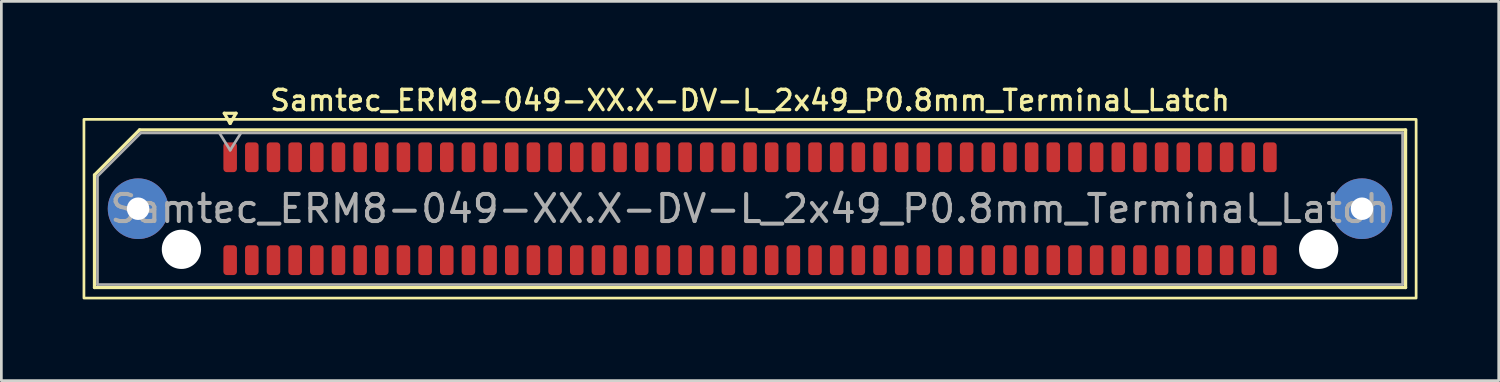
<source format=kicad_pcb>
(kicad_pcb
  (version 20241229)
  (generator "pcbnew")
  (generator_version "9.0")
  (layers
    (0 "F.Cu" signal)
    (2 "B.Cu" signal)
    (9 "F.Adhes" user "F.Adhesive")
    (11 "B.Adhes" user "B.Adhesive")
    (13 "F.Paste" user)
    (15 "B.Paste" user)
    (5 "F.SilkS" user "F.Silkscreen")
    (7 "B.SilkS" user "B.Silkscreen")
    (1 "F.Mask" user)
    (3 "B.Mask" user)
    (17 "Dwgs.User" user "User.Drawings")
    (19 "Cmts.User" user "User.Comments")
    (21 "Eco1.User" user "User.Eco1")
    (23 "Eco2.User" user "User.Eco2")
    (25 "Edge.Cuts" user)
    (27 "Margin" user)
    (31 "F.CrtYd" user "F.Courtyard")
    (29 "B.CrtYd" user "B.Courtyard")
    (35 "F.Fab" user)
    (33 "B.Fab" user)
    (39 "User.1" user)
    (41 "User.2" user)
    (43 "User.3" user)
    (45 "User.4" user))
  (footprint "Samtec_ERM8-049-XX.X-DV-L_2x49_P0.8mm_Terminal_Latch"
    (layer "F.Cu")
    (at 24.65 4.658)
    (property "Reference" "Samtec_ERM8-049-XX.X-DV-L_2x49_P0.8mm_Terminal_Latch" (at 0 -4 0) (layer "F.SilkS") (effects (font (size 0.75 0.75) (thickness 0.125))))
    (attr smd)
    (fp_line (start -24.21 -1.246) (end -22.546 -2.91) (stroke (width 0.12) (type solid)) (layer "F.SilkS"))
    (fp_line (start -24.21 2.91) (end -24.21 -1.246) (stroke (width 0.12) (type solid)) (layer "F.SilkS"))
    (fp_line (start -22.546 -2.91) (end 24.21 -2.91) (stroke (width 0.12) (type solid)) (layer "F.SilkS"))
    (fp_line (start -19.417 -3.525) (end -19.2 -3.15) (stroke (width 0.12) (type solid)) (layer "F.SilkS"))
    (fp_line (start -19.2 -3.15) (end -18.983 -3.525) (stroke (width 0.12) (type solid)) (layer "F.SilkS"))
    (fp_line (start -18.983 -3.525) (end -19.417 -3.525) (stroke (width 0.12) (type solid)) (layer "F.SilkS"))
    (fp_line (start 24.21 -2.91) (end 24.21 2.91) (stroke (width 0.12) (type solid)) (layer "F.SilkS"))
    (fp_line (start 24.21 2.91) (end -24.21 2.91) (stroke (width 0.12) (type solid)) (layer "F.SilkS"))
    (fp_rect (start -24.6 -3.3) (end 24.6 3.3) (stroke (width 0.1) (type solid)) (fill no) (layer "F.SilkS"))
    (fp_line (start -24.1 -1.2) (end -22.5 -2.8) (stroke (width 0.1) (type solid)) (layer "F.Fab"))
    (fp_line (start -24.1 2.8) (end -24.1 -1.2) (stroke (width 0.1) (type solid)) (layer "F.Fab"))
    (fp_line (start -22.5 -2.8) (end 24.1 -2.8) (stroke (width 0.1) (type solid)) (layer "F.Fab"))
    (fp_line (start -19.6 -2.8) (end -19.2 -2.16) (stroke (width 0.1) (type solid)) (layer "F.Fab"))
    (fp_line (start -19.2 -2.16) (end -18.8 -2.8) (stroke (width 0.1) (type solid)) (layer "F.Fab"))
    (fp_line (start 24.1 -2.8) (end 24.1 2.8) (stroke (width 0.1) (type solid)) (layer "F.Fab"))
    (fp_line (start 24.1 2.8) (end -24.1 2.8) (stroke (width 0.1) (type solid)) (layer "F.Fab"))
    (fp_text user "${REFERENCE}" (at 0 0 0) (layer "F.Fab") (effects (font (size 1 1) (thickness 0.15))))
    (pad "" thru_hole circle (at -22.6 0) (size 2.24 2.24) (drill 0.83) (layers "*.Cu" "*.Mask" "F.Paste"))
    (pad "" np_thru_hole circle (at -21 1.5) (size 1.45 1.45) (drill 1.45) (layers "*.Cu" "*.Mask"))
    (pad "" np_thru_hole circle (at 21 1.5) (size 1.45 1.45) (drill 1.45) (layers "*.Cu" "*.Mask"))
    (pad "" thru_hole circle (at 22.6 0) (size 2.24 2.24) (drill 0.83) (layers "*.Cu" "*.Mask" "F.Paste"))
    (pad "1" smd roundrect (at -19.2 -1.9) (size 0.5 1.1) (layers "F.Cu" "F.Mask" "F.Paste") (roundrect_rratio 0.25))
    (pad "2" smd roundrect (at -19.2 1.9) (size 0.5 1.1) (layers "F.Cu" "F.Mask" "F.Paste") (roundrect_rratio 0.25))
    (pad "3" smd roundrect (at -18.4 -1.9) (size 0.5 1.1) (layers "F.Cu" "F.Mask" "F.Paste") (roundrect_rratio 0.25))
    (pad "4" smd roundrect (at -18.4 1.9) (size 0.5 1.1) (layers "F.Cu" "F.Mask" "F.Paste") (roundrect_rratio 0.25))
    (pad "5" smd roundrect (at -17.6 -1.9) (size 0.5 1.1) (layers "F.Cu" "F.Mask" "F.Paste") (roundrect_rratio 0.25))
    (pad "6" smd roundrect (at -17.6 1.9) (size 0.5 1.1) (layers "F.Cu" "F.Mask" "F.Paste") (roundrect_rratio 0.25))
    (pad "7" smd roundrect (at -16.8 -1.9) (size 0.5 1.1) (layers "F.Cu" "F.Mask" "F.Paste") (roundrect_rratio 0.25))
    (pad "8" smd roundrect (at -16.8 1.9) (size 0.5 1.1) (layers "F.Cu" "F.Mask" "F.Paste") (roundrect_rratio 0.25))
    (pad "9" smd roundrect (at -16 -1.9) (size 0.5 1.1) (layers "F.Cu" "F.Mask" "F.Paste") (roundrect_rratio 0.25))
    (pad "10" smd roundrect (at -16 1.9) (size 0.5 1.1) (layers "F.Cu" "F.Mask" "F.Paste") (roundrect_rratio 0.25))
    (pad "11" smd roundrect (at -15.2 -1.9) (size 0.5 1.1) (layers "F.Cu" "F.Mask" "F.Paste") (roundrect_rratio 0.25))
    (pad "12" smd roundrect (at -15.2 1.9) (size 0.5 1.1) (layers "F.Cu" "F.Mask" "F.Paste") (roundrect_rratio 0.25))
    (pad "13" smd roundrect (at -14.4 -1.9) (size 0.5 1.1) (layers "F.Cu" "F.Mask" "F.Paste") (roundrect_rratio 0.25))
    (pad "14" smd roundrect (at -14.4 1.9) (size 0.5 1.1) (layers "F.Cu" "F.Mask" "F.Paste") (roundrect_rratio 0.25))
    (pad "15" smd roundrect (at -13.6 -1.9) (size 0.5 1.1) (layers "F.Cu" "F.Mask" "F.Paste") (roundrect_rratio 0.25))
    (pad "16" smd roundrect (at -13.6 1.9) (size 0.5 1.1) (layers "F.Cu" "F.Mask" "F.Paste") (roundrect_rratio 0.25))
    (pad "17" smd roundrect (at -12.8 -1.9) (size 0.5 1.1) (layers "F.Cu" "F.Mask" "F.Paste") (roundrect_rratio 0.25))
    (pad "18" smd roundrect (at -12.8 1.9) (size 0.5 1.1) (layers "F.Cu" "F.Mask" "F.Paste") (roundrect_rratio 0.25))
    (pad "19" smd roundrect (at -12 -1.9) (size 0.5 1.1) (layers "F.Cu" "F.Mask" "F.Paste") (roundrect_rratio 0.25))
    (pad "20" smd roundrect (at -12 1.9) (size 0.5 1.1) (layers "F.Cu" "F.Mask" "F.Paste") (roundrect_rratio 0.25))
    (pad "21" smd roundrect (at -11.2 -1.9) (size 0.5 1.1) (layers "F.Cu" "F.Mask" "F.Paste") (roundrect_rratio 0.25))
    (pad "22" smd roundrect (at -11.2 1.9) (size 0.5 1.1) (layers "F.Cu" "F.Mask" "F.Paste") (roundrect_rratio 0.25))
    (pad "23" smd roundrect (at -10.4 -1.9) (size 0.5 1.1) (layers "F.Cu" "F.Mask" "F.Paste") (roundrect_rratio 0.25))
    (pad "24" smd roundrect (at -10.4 1.9) (size 0.5 1.1) (layers "F.Cu" "F.Mask" "F.Paste") (roundrect_rratio 0.25))
    (pad "25" smd roundrect (at -9.6 -1.9) (size 0.5 1.1) (layers "F.Cu" "F.Mask" "F.Paste") (roundrect_rratio 0.25))
    (pad "26" smd roundrect (at -9.6 1.9) (size 0.5 1.1) (layers "F.Cu" "F.Mask" "F.Paste") (roundrect_rratio 0.25))
    (pad "27" smd roundrect (at -8.8 -1.9) (size 0.5 1.1) (layers "F.Cu" "F.Mask" "F.Paste") (roundrect_rratio 0.25))
    (pad "28" smd roundrect (at -8.8 1.9) (size 0.5 1.1) (layers "F.Cu" "F.Mask" "F.Paste") (roundrect_rratio 0.25))
    (pad "29" smd roundrect (at -8 -1.9) (size 0.5 1.1) (layers "F.Cu" "F.Mask" "F.Paste") (roundrect_rratio 0.25))
    (pad "30" smd roundrect (at -8 1.9) (size 0.5 1.1) (layers "F.Cu" "F.Mask" "F.Paste") (roundrect_rratio 0.25))
    (pad "31" smd roundrect (at -7.2 -1.9) (size 0.5 1.1) (layers "F.Cu" "F.Mask" "F.Paste") (roundrect_rratio 0.25))
    (pad "32" smd roundrect (at -7.2 1.9) (size 0.5 1.1) (layers "F.Cu" "F.Mask" "F.Paste") (roundrect_rratio 0.25))
    (pad "33" smd roundrect (at -6.4 -1.9) (size 0.5 1.1) (layers "F.Cu" "F.Mask" "F.Paste") (roundrect_rratio 0.25))
    (pad "34" smd roundrect (at -6.4 1.9) (size 0.5 1.1) (layers "F.Cu" "F.Mask" "F.Paste") (roundrect_rratio 0.25))
    (pad "35" smd roundrect (at -5.6 -1.9) (size 0.5 1.1) (layers "F.Cu" "F.Mask" "F.Paste") (roundrect_rratio 0.25))
    (pad "36" smd roundrect (at -5.6 1.9) (size 0.5 1.1) (layers "F.Cu" "F.Mask" "F.Paste") (roundrect_rratio 0.25))
    (pad "37" smd roundrect (at -4.8 -1.9) (size 0.5 1.1) (layers "F.Cu" "F.Mask" "F.Paste") (roundrect_rratio 0.25))
    (pad "38" smd roundrect (at -4.8 1.9) (size 0.5 1.1) (layers "F.Cu" "F.Mask" "F.Paste") (roundrect_rratio 0.25))
    (pad "39" smd roundrect (at -4 -1.9) (size 0.5 1.1) (layers "F.Cu" "F.Mask" "F.Paste") (roundrect_rratio 0.25))
    (pad "40" smd roundrect (at -4 1.9) (size 0.5 1.1) (layers "F.Cu" "F.Mask" "F.Paste") (roundrect_rratio 0.25))
    (pad "41" smd roundrect (at -3.2 -1.9) (size 0.5 1.1) (layers "F.Cu" "F.Mask" "F.Paste") (roundrect_rratio 0.25))
    (pad "42" smd roundrect (at -3.2 1.9) (size 0.5 1.1) (layers "F.Cu" "F.Mask" "F.Paste") (roundrect_rratio 0.25))
    (pad "43" smd roundrect (at -2.4 -1.9) (size 0.5 1.1) (layers "F.Cu" "F.Mask" "F.Paste") (roundrect_rratio 0.25))
    (pad "44" smd roundrect (at -2.4 1.9) (size 0.5 1.1) (layers "F.Cu" "F.Mask" "F.Paste") (roundrect_rratio 0.25))
    (pad "45" smd roundrect (at -1.6 -1.9) (size 0.5 1.1) (layers "F.Cu" "F.Mask" "F.Paste") (roundrect_rratio 0.25))
    (pad "46" smd roundrect (at -1.6 1.9) (size 0.5 1.1) (layers "F.Cu" "F.Mask" "F.Paste") (roundrect_rratio 0.25))
    (pad "47" smd roundrect (at -0.8 -1.9) (size 0.5 1.1) (layers "F.Cu" "F.Mask" "F.Paste") (roundrect_rratio 0.25))
    (pad "48" smd roundrect (at -0.8 1.9) (size 0.5 1.1) (layers "F.Cu" "F.Mask" "F.Paste") (roundrect_rratio 0.25))
    (pad "49" smd roundrect (at 0 -1.9) (size 0.5 1.1) (layers "F.Cu" "F.Mask" "F.Paste") (roundrect_rratio 0.25))
    (pad "50" smd roundrect (at 0 1.9) (size 0.5 1.1) (layers "F.Cu" "F.Mask" "F.Paste") (roundrect_rratio 0.25))
    (pad "51" smd roundrect (at 0.8 -1.9) (size 0.5 1.1) (layers "F.Cu" "F.Mask" "F.Paste") (roundrect_rratio 0.25))
    (pad "52" smd roundrect (at 0.8 1.9) (size 0.5 1.1) (layers "F.Cu" "F.Mask" "F.Paste") (roundrect_rratio 0.25))
    (pad "53" smd roundrect (at 1.6 -1.9) (size 0.5 1.1) (layers "F.Cu" "F.Mask" "F.Paste") (roundrect_rratio 0.25))
    (pad "54" smd roundrect (at 1.6 1.9) (size 0.5 1.1) (layers "F.Cu" "F.Mask" "F.Paste") (roundrect_rratio 0.25))
    (pad "55" smd roundrect (at 2.4 -1.9) (size 0.5 1.1) (layers "F.Cu" "F.Mask" "F.Paste") (roundrect_rratio 0.25))
    (pad "56" smd roundrect (at 2.4 1.9) (size 0.5 1.1) (layers "F.Cu" "F.Mask" "F.Paste") (roundrect_rratio 0.25))
    (pad "57" smd roundrect (at 3.2 -1.9) (size 0.5 1.1) (layers "F.Cu" "F.Mask" "F.Paste") (roundrect_rratio 0.25))
    (pad "58" smd roundrect (at 3.2 1.9) (size 0.5 1.1) (layers "F.Cu" "F.Mask" "F.Paste") (roundrect_rratio 0.25))
    (pad "59" smd roundrect (at 4 -1.9) (size 0.5 1.1) (layers "F.Cu" "F.Mask" "F.Paste") (roundrect_rratio 0.25))
    (pad "60" smd roundrect (at 4 1.9) (size 0.5 1.1) (layers "F.Cu" "F.Mask" "F.Paste") (roundrect_rratio 0.25))
    (pad "61" smd roundrect (at 4.8 -1.9) (size 0.5 1.1) (layers "F.Cu" "F.Mask" "F.Paste") (roundrect_rratio 0.25))
    (pad "62" smd roundrect (at 4.8 1.9) (size 0.5 1.1) (layers "F.Cu" "F.Mask" "F.Paste") (roundrect_rratio 0.25))
    (pad "63" smd roundrect (at 5.6 -1.9) (size 0.5 1.1) (layers "F.Cu" "F.Mask" "F.Paste") (roundrect_rratio 0.25))
    (pad "64" smd roundrect (at 5.6 1.9) (size 0.5 1.1) (layers "F.Cu" "F.Mask" "F.Paste") (roundrect_rratio 0.25))
    (pad "65" smd roundrect (at 6.4 -1.9) (size 0.5 1.1) (layers "F.Cu" "F.Mask" "F.Paste") (roundrect_rratio 0.25))
    (pad "66" smd roundrect (at 6.4 1.9) (size 0.5 1.1) (layers "F.Cu" "F.Mask" "F.Paste") (roundrect_rratio 0.25))
    (pad "67" smd roundrect (at 7.2 -1.9) (size 0.5 1.1) (layers "F.Cu" "F.Mask" "F.Paste") (roundrect_rratio 0.25))
    (pad "68" smd roundrect (at 7.2 1.9) (size 0.5 1.1) (layers "F.Cu" "F.Mask" "F.Paste") (roundrect_rratio 0.25))
    (pad "69" smd roundrect (at 8 -1.9) (size 0.5 1.1) (layers "F.Cu" "F.Mask" "F.Paste") (roundrect_rratio 0.25))
    (pad "70" smd roundrect (at 8 1.9) (size 0.5 1.1) (layers "F.Cu" "F.Mask" "F.Paste") (roundrect_rratio 0.25))
    (pad "71" smd roundrect (at 8.8 -1.9) (size 0.5 1.1) (layers "F.Cu" "F.Mask" "F.Paste") (roundrect_rratio 0.25))
    (pad "72" smd roundrect (at 8.8 1.9) (size 0.5 1.1) (layers "F.Cu" "F.Mask" "F.Paste") (roundrect_rratio 0.25))
    (pad "73" smd roundrect (at 9.6 -1.9) (size 0.5 1.1) (layers "F.Cu" "F.Mask" "F.Paste") (roundrect_rratio 0.25))
    (pad "74" smd roundrect (at 9.6 1.9) (size 0.5 1.1) (layers "F.Cu" "F.Mask" "F.Paste") (roundrect_rratio 0.25))
    (pad "75" smd roundrect (at 10.4 -1.9) (size 0.5 1.1) (layers "F.Cu" "F.Mask" "F.Paste") (roundrect_rratio 0.25))
    (pad "76" smd roundrect (at 10.4 1.9) (size 0.5 1.1) (layers "F.Cu" "F.Mask" "F.Paste") (roundrect_rratio 0.25))
    (pad "77" smd roundrect (at 11.2 -1.9) (size 0.5 1.1) (layers "F.Cu" "F.Mask" "F.Paste") (roundrect_rratio 0.25))
    (pad "78" smd roundrect (at 11.2 1.9) (size 0.5 1.1) (layers "F.Cu" "F.Mask" "F.Paste") (roundrect_rratio 0.25))
    (pad "79" smd roundrect (at 12 -1.9) (size 0.5 1.1) (layers "F.Cu" "F.Mask" "F.Paste") (roundrect_rratio 0.25))
    (pad "80" smd roundrect (at 12 1.9) (size 0.5 1.1) (layers "F.Cu" "F.Mask" "F.Paste") (roundrect_rratio 0.25))
    (pad "81" smd roundrect (at 12.8 -1.9) (size 0.5 1.1) (layers "F.Cu" "F.Mask" "F.Paste") (roundrect_rratio 0.25))
    (pad "82" smd roundrect (at 12.8 1.9) (size 0.5 1.1) (layers "F.Cu" "F.Mask" "F.Paste") (roundrect_rratio 0.25))
    (pad "83" smd roundrect (at 13.6 -1.9) (size 0.5 1.1) (layers "F.Cu" "F.Mask" "F.Paste") (roundrect_rratio 0.25))
    (pad "84" smd roundrect (at 13.6 1.9) (size 0.5 1.1) (layers "F.Cu" "F.Mask" "F.Paste") (roundrect_rratio 0.25))
    (pad "85" smd roundrect (at 14.4 -1.9) (size 0.5 1.1) (layers "F.Cu" "F.Mask" "F.Paste") (roundrect_rratio 0.25))
    (pad "86" smd roundrect (at 14.4 1.9) (size 0.5 1.1) (layers "F.Cu" "F.Mask" "F.Paste") (roundrect_rratio 0.25))
    (pad "87" smd roundrect (at 15.2 -1.9) (size 0.5 1.1) (layers "F.Cu" "F.Mask" "F.Paste") (roundrect_rratio 0.25))
    (pad "88" smd roundrect (at 15.2 1.9) (size 0.5 1.1) (layers "F.Cu" "F.Mask" "F.Paste") (roundrect_rratio 0.25))
    (pad "89" smd roundrect (at 16 -1.9) (size 0.5 1.1) (layers "F.Cu" "F.Mask" "F.Paste") (roundrect_rratio 0.25))
    (pad "90" smd roundrect (at 16 1.9) (size 0.5 1.1) (layers "F.Cu" "F.Mask" "F.Paste") (roundrect_rratio 0.25))
    (pad "91" smd roundrect (at 16.8 -1.9) (size 0.5 1.1) (layers "F.Cu" "F.Mask" "F.Paste") (roundrect_rratio 0.25))
    (pad "92" smd roundrect (at 16.8 1.9) (size 0.5 1.1) (layers "F.Cu" "F.Mask" "F.Paste") (roundrect_rratio 0.25))
    (pad "93" smd roundrect (at 17.6 -1.9) (size 0.5 1.1) (layers "F.Cu" "F.Mask" "F.Paste") (roundrect_rratio 0.25))
    (pad "94" smd roundrect (at 17.6 1.9) (size 0.5 1.1) (layers "F.Cu" "F.Mask" "F.Paste") (roundrect_rratio 0.25))
    (pad "95" smd roundrect (at 18.4 -1.9) (size 0.5 1.1) (layers "F.Cu" "F.Mask" "F.Paste") (roundrect_rratio 0.25))
    (pad "96" smd roundrect (at 18.4 1.9) (size 0.5 1.1) (layers "F.Cu" "F.Mask" "F.Paste") (roundrect_rratio 0.25))
    (pad "97" smd roundrect (at 19.2 -1.9) (size 0.5 1.1) (layers "F.Cu" "F.Mask" "F.Paste") (roundrect_rratio 0.25))
    (pad "98" smd roundrect (at 19.2 1.9) (size 0.5 1.1) (layers "F.Cu" "F.Mask" "F.Paste") (roundrect_rratio 0.25)))
  (gr_rect
    (start -3 -3)
    (end 52.3 11.008)
    (stroke (width 0.1) (type default))
    (fill no)
    (layer "Edge.Cuts")))
</source>
